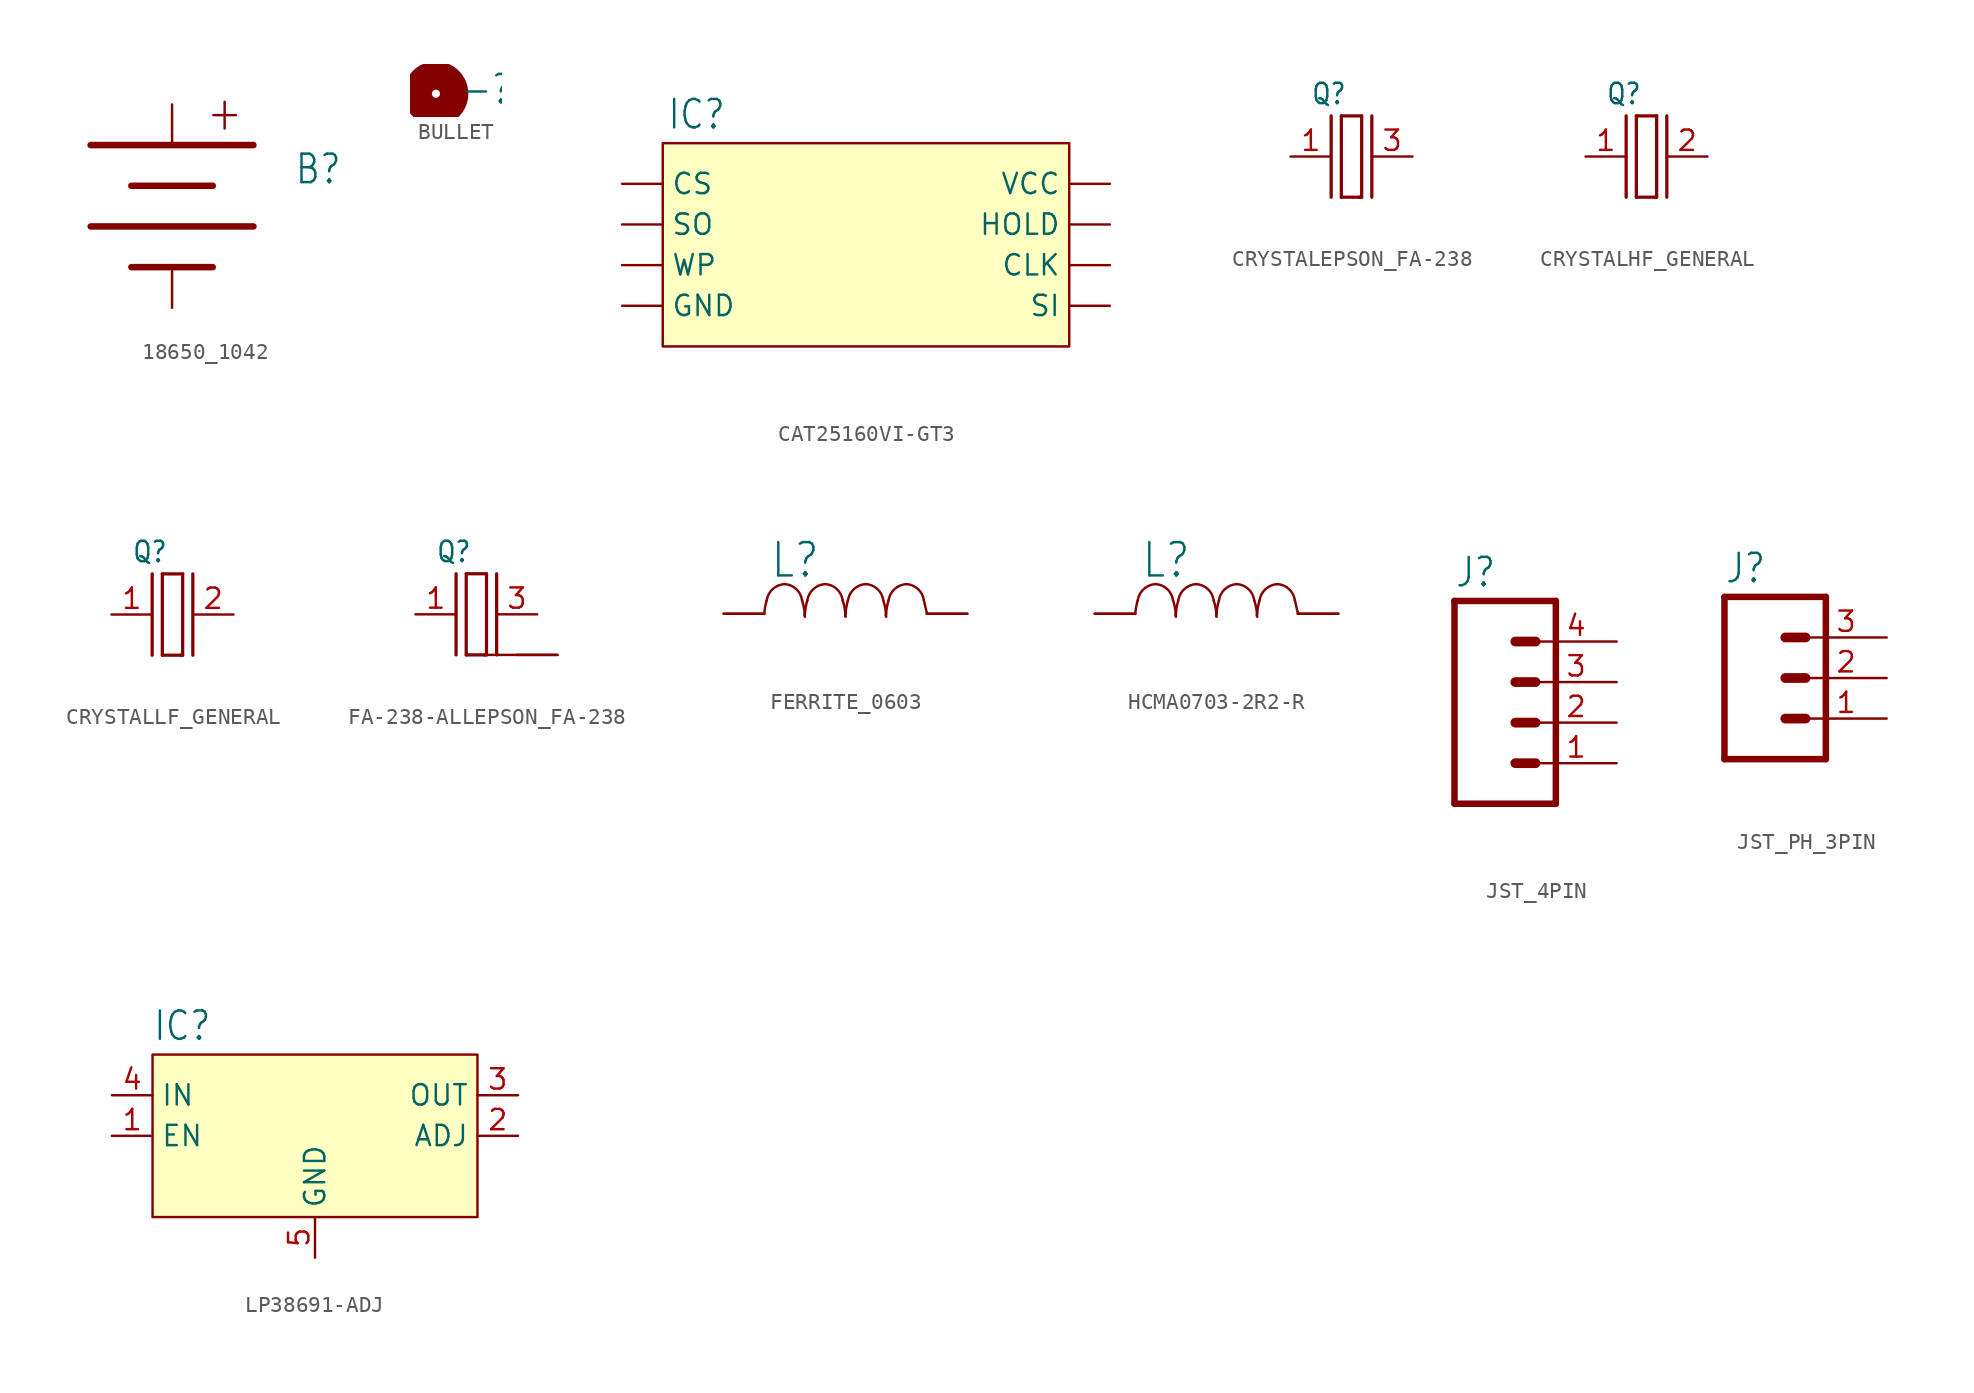
<source format=kicad_sym>
(kicad_symbol_lib
  (version 20241209)
  (generator "kicad_symbol_editor")
  (generator_version "9.0")
  (symbol "18650_1042"
    (property "Reference" "B"
      (at 7.62 2.54 0)
      (effects (font (size 1.778 1.511)) (justify left bottom)))
    (property "Value" ""
      (at 7.62 0 0)
      (effects (font (size 1.778 1.511)) (justify left bottom)))
    (property "ki_locked" ""
      (at 0 0 0)
      (effects (font (size 1.27 1.27))))
    (symbol "18650_1042_1_0"
      (polyline (pts (xy -5.08 5.08) (xy 5.08 5.08)) (stroke (width 0.406) (type solid)) (fill (type none)))
      (polyline (pts (xy -5.08 0) (xy 5.08 0)) (stroke (width 0.406) (type solid)) (fill (type none)))
      (polyline (pts (xy -2.54 2.54) (xy 2.54 2.54)) (stroke (width 0.406) (type solid)) (fill (type none)))
      (polyline (pts (xy -2.54 -2.54) (xy 2.54 -2.54)) (stroke (width 0.406) (type solid)) (fill (type none)))
      (text "+" (at 2.032 5.842 0) (effects (font (size 2.184 1.857)) (justify left bottom)))
      (pin bidirectional line (at 0 7.62 270) (length 2.54) (name "+" (effects (font (size 0 0)))) (number "+" (effects (font (size 0 0)))))
      (pin bidirectional line (at 0 -5.08 90) (length 2.54) (name "-" (effects (font (size 0 0)))) (number "-" (effects (font (size 0 0)))))))
  (symbol "BULLET"
    (property "Reference" "-"
      (at 1.524 -0.762 0)
      (effects (font (size 1.778 1.511)) (justify left bottom)))
    (property "ki_locked" ""
      (at 0 0 0)
      (effects (font (size 1.27 1.27))))
    (symbol "BULLET_1_0"
      (circle (center 0 0) (radius 0.254) (stroke (width 1.778) (type solid)) (fill (type none)))))
  (symbol "CAT25160VI-GT3"
    (property "Reference" "IC"
      (at -12.446 5.842 0)
      (effects (font (size 1.778 1.511)) (justify left bottom)))
    (property "Value" ""
      (at -12.7 -10.16 0)
      (effects (font (size 1.778 1.511)) (justify left bottom)))
    (property "ki_locked" ""
      (at 0 0 0)
      (effects (font (size 1.27 1.27))))
    (symbol "CAT25160VI-GT3_1_0"
      (pin bidirectional line (at -15.24 2.54 0) (length 2.54) (name "CS" (effects (font (size 1.27 1.27)))) (number "1" (effects (font (size 0 0)))))
      (pin bidirectional line (at -15.24 0 0) (length 2.54) (name "SO" (effects (font (size 1.27 1.27)))) (number "2" (effects (font (size 0 0)))))
      (pin bidirectional line (at -15.24 -2.54 0) (length 2.54) (name "WP" (effects (font (size 1.27 1.27)))) (number "3" (effects (font (size 0 0)))))
      (pin bidirectional line (at -15.24 -5.08 0) (length 2.54) (name "GND" (effects (font (size 1.27 1.27)))) (number "4" (effects (font (size 0 0)))))
      (pin bidirectional line (at 15.24 2.54 180) (length 2.54) (name "VCC" (effects (font (size 1.27 1.27)))) (number "8" (effects (font (size 0 0)))))
      (pin bidirectional line (at 15.24 0 180) (length 2.54) (name "HOLD" (effects (font (size 1.27 1.27)))) (number "7" (effects (font (size 0 0)))))
      (pin bidirectional line (at 15.24 -2.54 180) (length 2.54) (name "CLK" (effects (font (size 1.27 1.27)))) (number "6" (effects (font (size 0 0)))))
      (pin bidirectional line (at 15.24 -5.08 180) (length 2.54) (name "SI" (effects (font (size 1.27 1.27)))) (number "5" (effects (font (size 0 0))))))
    (symbol "CAT25160VI-GT3_1_1"
      (rectangle (start -12.7 5.08) (end 12.7 -7.62) (stroke (width 0) (type solid)) (fill (type background)))))
  (symbol "CRYSTALEPSON_FA-238"
    (property "Reference" "Q"
      (at -2.54 3.175 0)
      (effects (font (size 1.27 1.079)) (justify left bottom)))
    (property "Value" ""
      (at -3.81 -4.445 0)
      (effects (font (size 1.27 1.079)) (justify left bottom)))
    (property "ki_locked" ""
      (at 0 0 0)
      (effects (font (size 1.27 1.27))))
    (symbol "CRYSTALEPSON_FA-238_1_0"
      (polyline (pts (xy -1.27 2.54) (xy -1.27 -2.54)) (stroke (width 0.203) (type solid)) (fill (type none)))
      (polyline (pts (xy -0.635 2.54) (xy 0.635 2.54)) (stroke (width 0.203) (type solid)) (fill (type none)))
      (polyline (pts (xy -0.635 -2.54) (xy -0.635 2.54)) (stroke (width 0.203) (type solid)) (fill (type none)))
      (polyline (pts (xy 0.508 -2.54) (xy -0.635 -2.54)) (stroke (width 0.203) (type solid)) (fill (type none)))
      (polyline (pts (xy 0.635 2.54) (xy 0.635 -2.54)) (stroke (width 0.203) (type solid)) (fill (type none)))
      (polyline (pts (xy 0.635 -2.54) (xy 0.508 -2.54)) (stroke (width 0.203) (type solid)) (fill (type none)))
      (polyline (pts (xy 1.27 2.54) (xy 1.27 -2.54)) (stroke (width 0.203) (type solid)) (fill (type none)))
      (pin passive line (at -3.81 0 0) (length 2.54) (name "1" (effects (font (size 0 0)))) (number "1" (effects (font (size 1.27 1.27)))))
      (pin passive line (at 3.81 0 180) (length 2.54) (name "2" (effects (font (size 0 0)))) (number "3" (effects (font (size 1.27 1.27)))))))
  (symbol "CRYSTALHF_GENERAL"
    (property "Reference" "Q"
      (at -2.54 3.175 0)
      (effects (font (size 1.27 1.079)) (justify left bottom)))
    (property "Value" ""
      (at -3.81 -4.445 0)
      (effects (font (size 1.27 1.079)) (justify left bottom)))
    (property "ki_locked" ""
      (at 0 0 0)
      (effects (font (size 1.27 1.27))))
    (symbol "CRYSTALHF_GENERAL_1_0"
      (polyline (pts (xy -1.27 2.54) (xy -1.27 -2.54)) (stroke (width 0.203) (type solid)) (fill (type none)))
      (polyline (pts (xy -0.635 2.54) (xy 0.635 2.54)) (stroke (width 0.203) (type solid)) (fill (type none)))
      (polyline (pts (xy -0.635 -2.54) (xy -0.635 2.54)) (stroke (width 0.203) (type solid)) (fill (type none)))
      (polyline (pts (xy 0.508 -2.54) (xy -0.635 -2.54)) (stroke (width 0.203) (type solid)) (fill (type none)))
      (polyline (pts (xy 0.635 2.54) (xy 0.635 -2.54)) (stroke (width 0.203) (type solid)) (fill (type none)))
      (polyline (pts (xy 0.635 -2.54) (xy 0.508 -2.54)) (stroke (width 0.203) (type solid)) (fill (type none)))
      (polyline (pts (xy 1.27 2.54) (xy 1.27 -2.54)) (stroke (width 0.203) (type solid)) (fill (type none)))
      (pin passive line (at -3.81 0 0) (length 2.54) (name "1" (effects (font (size 0 0)))) (number "1" (effects (font (size 1.27 1.27)))))
      (pin passive line (at 3.81 0 180) (length 2.54) (name "2" (effects (font (size 0 0)))) (number "2" (effects (font (size 1.27 1.27)))))))
  (symbol "CRYSTALLF_GENERAL"
    (property "Reference" "Q"
      (at -2.54 3.175 0)
      (effects (font (size 1.27 1.079)) (justify left bottom)))
    (property "Value" ""
      (at -3.81 -4.445 0)
      (effects (font (size 1.27 1.079)) (justify left bottom)))
    (property "ki_locked" ""
      (at 0 0 0)
      (effects (font (size 1.27 1.27))))
    (symbol "CRYSTALLF_GENERAL_1_0"
      (polyline (pts (xy -1.27 2.54) (xy -1.27 -2.54)) (stroke (width 0.203) (type solid)) (fill (type none)))
      (polyline (pts (xy -0.635 2.54) (xy 0.635 2.54)) (stroke (width 0.203) (type solid)) (fill (type none)))
      (polyline (pts (xy -0.635 -2.54) (xy -0.635 2.54)) (stroke (width 0.203) (type solid)) (fill (type none)))
      (polyline (pts (xy 0.508 -2.54) (xy -0.635 -2.54)) (stroke (width 0.203) (type solid)) (fill (type none)))
      (polyline (pts (xy 0.635 2.54) (xy 0.635 -2.54)) (stroke (width 0.203) (type solid)) (fill (type none)))
      (polyline (pts (xy 0.635 -2.54) (xy 0.508 -2.54)) (stroke (width 0.203) (type solid)) (fill (type none)))
      (polyline (pts (xy 1.27 2.54) (xy 1.27 -2.54)) (stroke (width 0.203) (type solid)) (fill (type none)))
      (pin passive line (at -3.81 0 0) (length 2.54) (name "1" (effects (font (size 0 0)))) (number "1" (effects (font (size 1.27 1.27)))))
      (pin passive line (at 3.81 0 180) (length 2.54) (name "2" (effects (font (size 0 0)))) (number "2" (effects (font (size 1.27 1.27)))))))
  (symbol "FA-238-ALLEPSON_FA-238"
    (property "Reference" "Q"
      (at -2.54 3.175 0)
      (effects (font (size 1.27 1.079)) (justify left bottom)))
    (property "Value" ""
      (at -3.81 -4.445 0)
      (effects (font (size 1.27 1.079)) (justify left bottom)))
    (property "ki_locked" ""
      (at 0 0 0)
      (effects (font (size 1.27 1.27))))
    (symbol "FA-238-ALLEPSON_FA-238_1_0"
      (polyline (pts (xy -1.27 2.54) (xy -1.27 -2.54)) (stroke (width 0.203) (type solid)) (fill (type none)))
      (polyline (pts (xy -0.635 2.54) (xy 0.635 2.54)) (stroke (width 0.203) (type solid)) (fill (type none)))
      (polyline (pts (xy -0.635 -2.54) (xy -0.635 2.54)) (stroke (width 0.203) (type solid)) (fill (type none)))
      (polyline (pts (xy 0.508 -2.54) (xy -0.635 -2.54)) (stroke (width 0.203) (type solid)) (fill (type none)))
      (polyline (pts (xy 0.635 2.54) (xy 0.635 -2.54)) (stroke (width 0.203) (type solid)) (fill (type none)))
      (polyline (pts (xy 0.635 -2.54) (xy 0.508 -2.54)) (stroke (width 0.203) (type solid)) (fill (type none)))
      (polyline (pts (xy 1.27 2.54) (xy 1.27 -2.54)) (stroke (width 0.203) (type solid)) (fill (type none)))
      (polyline (pts (xy 2.54 -2.54) (xy 0.508 -2.54)) (stroke (width 0.152) (type solid)) (fill (type none)))
      (pin passive line (at -3.81 0 0) (length 2.54) (name "1" (effects (font (size 0 0)))) (number "1" (effects (font (size 1.27 1.27)))))
      (pin passive line (at 3.81 0 180) (length 2.54) (name "2" (effects (font (size 0 0)))) (number "3" (effects (font (size 1.27 1.27)))))
      (pin bidirectional line (at 5.08 -2.54 180) (length 2.54) (name "P$1" (effects (font (size 0 0)))) (number "2" (effects (font (size 0 0)))))
      (pin bidirectional line (at 5.08 -2.54 180) (length 2.54) (name "P$1" (effects (font (size 0 0)))) (number "4" (effects (font (size 0 0)))))))
  (symbol "FERRITE_0603"
    (property "Reference" "L"
      (at -4.724 2.134 0)
      (effects (font (size 2.083 1.77)) (justify left bottom)))
    (property "Value" ""
      (at -5.664 -3.581 0)
      (effects (font (size 2.083 1.77)) (justify left bottom)))
    (property "ki_locked" ""
      (at 0 0 0)
      (effects (font (size 1.27 1.27))))
    (symbol "FERRITE_0603_1_0"
      (arc (start 4.9022 0.8382) (mid 4.9944 0.458) (end 5.08 0.0762) (stroke (width 0.1524) (type solid)) (fill (type none)))
      (polyline (pts (xy -7.62 0) (xy -5.08 0)) (stroke (width 0.152) (type solid)) (fill (type none)))
      (arc (start -2.7178 0.8382) (mid -2.5911 0.3368) (end -2.54 -0.1778) (stroke (width 0.1524) (type solid)) (fill (type none)))
      (arc (start -3.81 1.8542) (mid -3.0814 1.5423) (end -2.7177 0.8382) (stroke (width 0.1524) (type solid)) (fill (type none)))
      (arc (start -4.9276 0.8382) (mid -4.5486 1.5441) (end -3.8099 1.8542) (stroke (width 0.1524) (type solid)) (fill (type none)))
      (arc (start -0.1778 0.8382) (mid -0.0511 0.3368) (end 0 -0.1778) (stroke (width 0.1524) (type solid)) (fill (type none)))
      (arc (start -2.54 -0.1778) (mid -2.561 -0.0888) (end -2.54 0.0001) (stroke (width 0) (type solid)) (fill (type none)))
      (arc (start -1.27 1.8542) (mid -0.5414 1.5423) (end -0.1777 0.8382) (stroke (width 0.1524) (type solid)) (fill (type none)))
      (arc (start -2.3876 0.8382) (mid -2.0086 1.5441) (end -1.2699 1.8542) (stroke (width 0.1524) (type solid)) (fill (type none)))
      (arc (start -5.08 0) (mid -5.0258 0.4231) (end -4.9276 0.8382) (stroke (width 0.1524) (type solid)) (fill (type none)))
      (arc (start 2.3622 0.8382) (mid 2.4889 0.3368) (end 2.54 -0.1778) (stroke (width 0.1524) (type solid)) (fill (type none)))
      (arc (start 0 -0.1778) (mid -0.0208 -0.0889) (end 0 0) (stroke (width 0) (type solid)) (fill (type none)))
      (arc (start 1.27 1.8542) (mid 1.9985 1.5422) (end 2.3622 0.8381) (stroke (width 0.1524) (type solid)) (fill (type none)))
      (arc (start 0.1524 0.8382) (mid 0.5313 1.544) (end 1.27 1.8541) (stroke (width 0.1524) (type solid)) (fill (type none)))
      (arc (start -2.54 0) (mid -2.4858 0.4231) (end -2.3876 0.8382) (stroke (width 0.1524) (type solid)) (fill (type none)))
      (arc (start 2.54 -0.1778) (mid 2.5197 -0.089) (end 2.54 0) (stroke (width 0) (type solid)) (fill (type none)))
      (arc (start 3.81 1.8542) (mid 4.5385 1.5423) (end 4.9022 0.8381) (stroke (width 0.1524) (type solid)) (fill (type none)))
      (arc (start 2.6924 0.8382) (mid 3.0714 1.5438) (end 3.81 1.8541) (stroke (width 0.1524) (type solid)) (fill (type none)))
      (arc (start 0 0) (mid 0.0542 0.4231) (end 0.1524 0.8382) (stroke (width 0.1524) (type solid)) (fill (type none)))
      (polyline (pts (xy 5.08 0) (xy 7.62 0)) (stroke (width 0.152) (type solid)) (fill (type none)))
      (arc (start 2.54 0) (mid 2.5942 0.4231) (end 2.6924 0.8382) (stroke (width 0.1524) (type solid)) (fill (type none)))
      (pin passive line (at -7.62 0 0) (length 2.54) (name "1" (effects (font (size 0 0)))) (number "1" (effects (font (size 0 0)))))
      (pin passive line (at 7.62 0 180) (length 2.54) (name "2" (effects (font (size 0 0)))) (number "2" (effects (font (size 0 0)))))))
  (symbol "HCMA0703-2R2-R"
    (property "Reference" "L"
      (at -4.724 2.134 0)
      (effects (font (size 2.083 1.77)) (justify left bottom)))
    (property "Value" ""
      (at -5.664 -3.581 0)
      (effects (font (size 2.083 1.77)) (justify left bottom)))
    (property "ki_locked" ""
      (at 0 0 0)
      (effects (font (size 1.27 1.27))))
    (symbol "HCMA0703-2R2-R_1_0"
      (arc (start 4.9022 0.8382) (mid 4.9944 0.458) (end 5.08 0.0762) (stroke (width 0.1524) (type solid)) (fill (type none)))
      (polyline (pts (xy -7.62 0) (xy -5.08 0)) (stroke (width 0.152) (type solid)) (fill (type none)))
      (arc (start -2.7178 0.8382) (mid -2.5911 0.3368) (end -2.54 -0.1778) (stroke (width 0.1524) (type solid)) (fill (type none)))
      (arc (start -3.81 1.8542) (mid -3.0814 1.5423) (end -2.7177 0.8382) (stroke (width 0.1524) (type solid)) (fill (type none)))
      (arc (start -4.9276 0.8382) (mid -4.5486 1.5441) (end -3.8099 1.8542) (stroke (width 0.1524) (type solid)) (fill (type none)))
      (arc (start -0.1778 0.8382) (mid -0.0511 0.3368) (end 0 -0.1778) (stroke (width 0.1524) (type solid)) (fill (type none)))
      (arc (start -2.54 -0.1778) (mid -2.561 -0.0888) (end -2.54 0.0001) (stroke (width 0) (type solid)) (fill (type none)))
      (arc (start -1.27 1.8542) (mid -0.5414 1.5423) (end -0.1777 0.8382) (stroke (width 0.1524) (type solid)) (fill (type none)))
      (arc (start -2.3876 0.8382) (mid -2.0086 1.5441) (end -1.2699 1.8542) (stroke (width 0.1524) (type solid)) (fill (type none)))
      (arc (start -5.08 0) (mid -5.0258 0.4231) (end -4.9276 0.8382) (stroke (width 0.1524) (type solid)) (fill (type none)))
      (arc (start 2.3622 0.8382) (mid 2.4889 0.3368) (end 2.54 -0.1778) (stroke (width 0.1524) (type solid)) (fill (type none)))
      (arc (start 0 -0.1778) (mid -0.0208 -0.0889) (end 0 0) (stroke (width 0) (type solid)) (fill (type none)))
      (arc (start 1.27 1.8542) (mid 1.9985 1.5422) (end 2.3622 0.8381) (stroke (width 0.1524) (type solid)) (fill (type none)))
      (arc (start 0.1524 0.8382) (mid 0.5313 1.544) (end 1.27 1.8541) (stroke (width 0.1524) (type solid)) (fill (type none)))
      (arc (start -2.54 0) (mid -2.4858 0.4231) (end -2.3876 0.8382) (stroke (width 0.1524) (type solid)) (fill (type none)))
      (arc (start 2.54 -0.1778) (mid 2.5197 -0.089) (end 2.54 0) (stroke (width 0) (type solid)) (fill (type none)))
      (arc (start 3.81 1.8542) (mid 4.5385 1.5423) (end 4.9022 0.8381) (stroke (width 0.1524) (type solid)) (fill (type none)))
      (arc (start 2.6924 0.8382) (mid 3.0714 1.5438) (end 3.81 1.8541) (stroke (width 0.1524) (type solid)) (fill (type none)))
      (arc (start 0 0) (mid 0.0542 0.4231) (end 0.1524 0.8382) (stroke (width 0.1524) (type solid)) (fill (type none)))
      (polyline (pts (xy 5.08 0) (xy 7.62 0)) (stroke (width 0.152) (type solid)) (fill (type none)))
      (arc (start 2.54 0) (mid 2.5942 0.4231) (end 2.6924 0.8382) (stroke (width 0.1524) (type solid)) (fill (type none)))
      (pin passive line (at -7.62 0 0) (length 2.54) (name "1" (effects (font (size 0 0)))) (number "P$1" (effects (font (size 0 0)))))
      (pin passive line (at 7.62 0 180) (length 2.54) (name "2" (effects (font (size 0 0)))) (number "P$2" (effects (font (size 0 0)))))))
  (symbol "JST_4PIN"
    (property "Reference" "J"
      (at -5.08 8.382 0)
      (effects (font (size 1.778 1.511)) (justify left bottom)))
    (property "Value" ""
      (at -5.08 -7.62 0)
      (effects (font (size 1.778 1.511)) (justify left bottom)))
    (property "ki_locked" ""
      (at 0 0 0)
      (effects (font (size 1.27 1.27))))
    (symbol "JST_4PIN_1_0"
      (polyline (pts (xy -5.08 7.62) (xy -5.08 -5.08)) (stroke (width 0.406) (type solid)) (fill (type none)))
      (polyline (pts (xy -5.08 7.62) (xy 1.27 7.62)) (stroke (width 0.406) (type solid)) (fill (type none)))
      (polyline (pts (xy -1.27 5.08) (xy 0 5.08)) (stroke (width 0.61) (type solid)) (fill (type none)))
      (polyline (pts (xy -1.27 2.54) (xy 0 2.54)) (stroke (width 0.61) (type solid)) (fill (type none)))
      (polyline (pts (xy -1.27 0) (xy 0 0)) (stroke (width 0.61) (type solid)) (fill (type none)))
      (polyline (pts (xy -1.27 -2.54) (xy 0 -2.54)) (stroke (width 0.61) (type solid)) (fill (type none)))
      (polyline (pts (xy 1.27 -5.08) (xy -5.08 -5.08)) (stroke (width 0.406) (type solid)) (fill (type none)))
      (polyline (pts (xy 1.27 -5.08) (xy 1.27 7.62)) (stroke (width 0.406) (type solid)) (fill (type none)))
      (pin passive line (at 5.08 5.08 180) (length 5.08) (name "4" (effects (font (size 0 0)))) (number "4" (effects (font (size 1.27 1.27)))))
      (pin passive line (at 5.08 2.54 180) (length 5.08) (name "3" (effects (font (size 0 0)))) (number "3" (effects (font (size 1.27 1.27)))))
      (pin passive line (at 5.08 0 180) (length 5.08) (name "2" (effects (font (size 0 0)))) (number "2" (effects (font (size 1.27 1.27)))))
      (pin passive line (at 5.08 -2.54 180) (length 5.08) (name "1" (effects (font (size 0 0)))) (number "1" (effects (font (size 1.27 1.27)))))))
  (symbol "JST_PH_3PIN"
    (property "Reference" "J"
      (at -2.54 5.842 0)
      (effects (font (size 1.778 1.511)) (justify left bottom)))
    (property "Value" ""
      (at -2.54 -7.62 0)
      (effects (font (size 1.778 1.511)) (justify left bottom)))
    (property "ki_locked" ""
      (at 0 0 0)
      (effects (font (size 1.27 1.27))))
    (symbol "JST_PH_3PIN_1_0"
      (polyline (pts (xy -2.54 5.08) (xy -2.54 -5.08)) (stroke (width 0.406) (type solid)) (fill (type none)))
      (polyline (pts (xy -2.54 5.08) (xy 3.81 5.08)) (stroke (width 0.406) (type solid)) (fill (type none)))
      (polyline (pts (xy 1.27 2.54) (xy 2.54 2.54)) (stroke (width 0.61) (type solid)) (fill (type none)))
      (polyline (pts (xy 1.27 0) (xy 2.54 0)) (stroke (width 0.61) (type solid)) (fill (type none)))
      (polyline (pts (xy 1.27 -2.54) (xy 2.54 -2.54)) (stroke (width 0.61) (type solid)) (fill (type none)))
      (polyline (pts (xy 3.81 -5.08) (xy -2.54 -5.08)) (stroke (width 0.406) (type solid)) (fill (type none)))
      (polyline (pts (xy 3.81 -5.08) (xy 3.81 5.08)) (stroke (width 0.406) (type solid)) (fill (type none)))
      (pin passive line (at 7.62 2.54 180) (length 5.08) (name "3" (effects (font (size 0 0)))) (number "3" (effects (font (size 1.27 1.27)))))
      (pin passive line (at 7.62 0 180) (length 5.08) (name "2" (effects (font (size 0 0)))) (number "2" (effects (font (size 1.27 1.27)))))
      (pin passive line (at 7.62 -2.54 180) (length 5.08) (name "1" (effects (font (size 0 0)))) (number "1" (effects (font (size 1.27 1.27)))))))
  (symbol "LP38691-ADJ"
    (property "Reference" "IC"
      (at -10.16 8.382 0)
      (effects (font (size 1.778 1.511)) (justify left bottom)))
    (property "Value" ""
      (at 2.54 8.382 0)
      (effects (font (size 1.778 1.511)) (justify left bottom)))
    (property "ki_locked" ""
      (at 0 0 0)
      (effects (font (size 1.27 1.27))))
    (symbol "LP38691-ADJ_1_0"
      (pin bidirectional line (at -12.7 5.08 0) (length 2.54) (name "IN" (effects (font (size 1.27 1.27)))) (number "4" (effects (font (size 1.27 1.27)))))
      (pin bidirectional line (at -12.7 2.54 0) (length 2.54) (name "EN" (effects (font (size 1.27 1.27)))) (number "1" (effects (font (size 1.27 1.27)))))
      (pin bidirectional line (at 0 -5.08 90) (length 2.54) (name "GND" (effects (font (size 1.27 1.27)))) (number "5" (effects (font (size 1.27 1.27)))))
      (pin bidirectional line (at 12.7 5.08 180) (length 2.54) (name "OUT" (effects (font (size 1.27 1.27)))) (number "3" (effects (font (size 1.27 1.27)))))
      (pin bidirectional line (at 12.7 2.54 180) (length 2.54) (name "ADJ" (effects (font (size 1.27 1.27)))) (number "2" (effects (font (size 1.27 1.27))))))
    (symbol "LP38691-ADJ_1_1"
      (rectangle (start -10.16 7.62) (end 10.16 -2.54) (stroke (width 0) (type solid)) (fill (type background))))))
</source>
